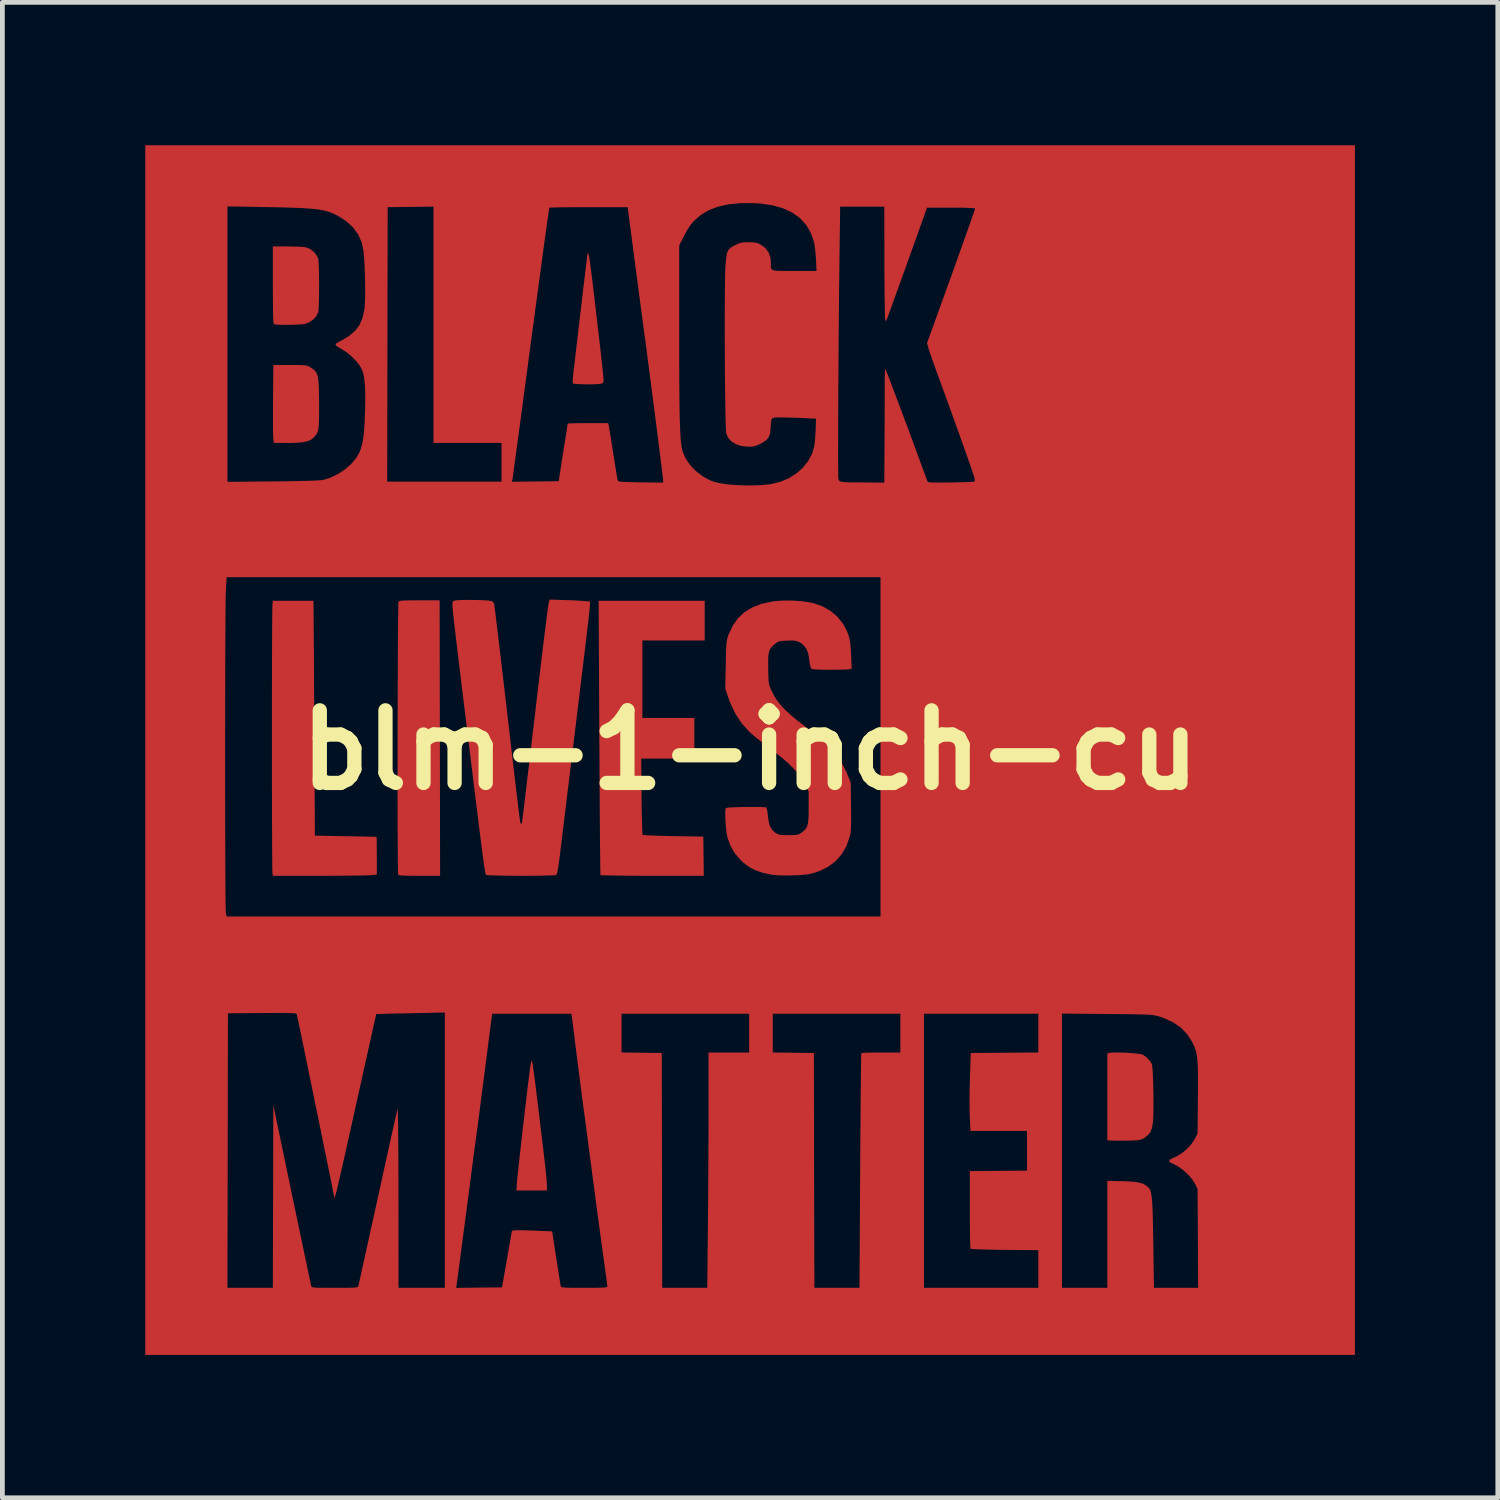
<source format=kicad_pcb>
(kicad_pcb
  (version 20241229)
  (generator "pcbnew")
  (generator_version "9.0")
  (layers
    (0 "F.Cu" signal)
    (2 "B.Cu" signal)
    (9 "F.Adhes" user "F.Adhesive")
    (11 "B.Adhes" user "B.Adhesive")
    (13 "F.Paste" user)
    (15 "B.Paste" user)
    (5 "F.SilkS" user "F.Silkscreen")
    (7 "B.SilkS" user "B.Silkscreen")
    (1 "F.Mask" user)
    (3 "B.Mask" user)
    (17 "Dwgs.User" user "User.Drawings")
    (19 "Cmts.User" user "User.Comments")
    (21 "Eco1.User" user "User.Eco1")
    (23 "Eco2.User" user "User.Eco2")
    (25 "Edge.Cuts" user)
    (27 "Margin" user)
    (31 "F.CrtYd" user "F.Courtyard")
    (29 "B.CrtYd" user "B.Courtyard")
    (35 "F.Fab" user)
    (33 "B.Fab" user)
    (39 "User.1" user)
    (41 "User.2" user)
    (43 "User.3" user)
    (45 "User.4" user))
  (footprint "blm-1-inch-cu"
    (layer "F.Cu")
    (at 12.7 12.7)
    (property "Reference" "blm-1-inch-cu" (at 0 0 0) (layer "F.SilkS") (effects (font (size 1.524 1.524) (thickness 0.3))))
    (attr through_hole)
    (fp_poly (pts (xy -4.575 6.544) (xy -4.566 6.6) (xy -4.553 6.69) (xy -4.535 6.815) (xy -4.514 6.976) (xy -4.489 7.174) (xy -4.46 7.408) (xy -4.427 7.68) (xy -4.39 7.99) (xy -4.348 8.338) (xy -4.307 8.688) (xy -4.293 8.81) (xy -4.282 8.926) (xy -4.273 9.027) (xy -4.268 9.105) (xy -4.266 9.14) (xy -4.266 9.247) (xy -4.907 9.247) (xy -4.896 9.074) (xy -4.892 9.025) (xy -4.883 8.942) (xy -4.871 8.829) (xy -4.856 8.689) (xy -4.838 8.528) (xy -4.818 8.35) (xy -4.796 8.159) (xy -4.774 7.961) (xy -4.75 7.759) (xy -4.727 7.558) (xy -4.704 7.362) (xy -4.682 7.176) (xy -4.661 7.004) (xy -4.642 6.852) (xy -4.626 6.722) (xy -4.622 6.691) (xy -4.61 6.613) (xy -4.598 6.555) (xy -4.586 6.525) (xy -4.581 6.523)) (stroke (width 0) (type solid)) (fill yes) (layer "F.Cu"))
    (fp_poly (pts (xy 7.78 6.35) (xy 7.887 6.354) (xy 7.995 6.361) (xy 8.094 6.37) (xy 8.177 6.38) (xy 8.233 6.391) (xy 8.248 6.396) (xy 8.319 6.447) (xy 8.387 6.518) (xy 8.433 6.586) (xy 8.441 6.621) (xy 8.449 6.689) (xy 8.455 6.785) (xy 8.461 6.902) (xy 8.465 7.034) (xy 8.468 7.174) (xy 8.47 7.316) (xy 8.47 7.454) (xy 8.469 7.582) (xy 8.466 7.694) (xy 8.461 7.783) (xy 8.457 7.827) (xy 8.438 7.932) (xy 8.41 8.01) (xy 8.367 8.071) (xy 8.301 8.126) (xy 8.283 8.139) (xy 8.245 8.163) (xy 8.206 8.179) (xy 8.158 8.189) (xy 8.091 8.195) (xy 7.994 8.199) (xy 7.987 8.199) (xy 7.88 8.201) (xy 7.772 8.202) (xy 7.677 8.201) (xy 7.635 8.2) (xy 7.501 8.194) (xy 7.501 6.371) (xy 7.554 6.357) (xy 7.604 6.351) (xy 7.682 6.349)) (stroke (width 0) (type solid)) (fill yes) (layer "F.Cu"))
    (fp_poly (pts (xy -9.538 -8.086) (xy -9.444 -8.085) (xy -9.377 -8.082) (xy -9.329 -8.076) (xy -9.293 -8.067) (xy -9.263 -8.054) (xy -9.238 -8.04) (xy -9.187 -8.008) (xy -9.147 -7.975) (xy -9.115 -7.937) (xy -9.091 -7.889) (xy -9.074 -7.825) (xy -9.063 -7.743) (xy -9.056 -7.636) (xy -9.052 -7.501) (xy -9.05 -7.332) (xy -9.05 -7.267) (xy -9.05 -7.099) (xy -9.051 -6.966) (xy -9.054 -6.863) (xy -9.06 -6.783) (xy -9.069 -6.723) (xy -9.083 -6.676) (xy -9.102 -6.638) (xy -9.128 -6.604) (xy -9.16 -6.567) (xy -9.164 -6.563) (xy -9.213 -6.522) (xy -9.277 -6.491) (xy -9.36 -6.47) (xy -9.468 -6.456) (xy -9.608 -6.45) (xy -9.706 -6.449) (xy -9.999 -6.449) (xy -10.011 -6.534) (xy -10.013 -6.572) (xy -10.016 -6.646) (xy -10.017 -6.749) (xy -10.018 -6.877) (xy -10.018 -7.024) (xy -10.018 -7.185) (xy -10.017 -7.352) (xy -10.011 -8.086) (xy -9.664 -8.086)) (stroke (width 0) (type solid)) (fill yes) (layer "F.Cu"))
    (fp_poly (pts (xy -9.718 -10.576) (xy -9.605 -10.574) (xy -9.499 -10.571) (xy -9.409 -10.566) (xy -9.345 -10.561) (xy -9.33 -10.558) (xy -9.246 -10.526) (xy -9.166 -10.466) (xy -9.102 -10.391) (xy -9.068 -10.319) (xy -9.062 -10.277) (xy -9.058 -10.202) (xy -9.054 -10.102) (xy -9.051 -9.982) (xy -9.05 -9.851) (xy -9.05 -9.715) (xy -9.051 -9.581) (xy -9.053 -9.456) (xy -9.056 -9.348) (xy -9.061 -9.262) (xy -9.066 -9.206) (xy -9.068 -9.198) (xy -9.104 -9.118) (xy -9.169 -9.044) (xy -9.253 -8.985) (xy -9.335 -8.952) (xy -9.388 -8.944) (xy -9.469 -8.937) (xy -9.571 -8.932) (xy -9.681 -8.93) (xy -9.71 -8.93) (xy -9.822 -8.93) (xy -9.9 -8.931) (xy -9.952 -8.935) (xy -9.982 -8.941) (xy -9.998 -8.951) (xy -10.006 -8.966) (xy -10.009 -8.974) (xy -10.011 -9.004) (xy -10.014 -9.068) (xy -10.016 -9.163) (xy -10.018 -9.284) (xy -10.019 -9.426) (xy -10.02 -9.585) (xy -10.021 -9.757) (xy -10.021 -9.798) (xy -10.021 -10.577)) (stroke (width 0) (type solid)) (fill yes) (layer "F.Cu"))
    (fp_poly (pts (xy -6.514 -0.253) (xy -6.509 2.639) (xy -6.943 2.639) (xy -7.087 2.639) (xy -7.196 2.638) (xy -7.276 2.635) (xy -7.33 2.632) (xy -7.364 2.626) (xy -7.382 2.618) (xy -7.39 2.608) (xy -7.392 2.583) (xy -7.394 2.521) (xy -7.395 2.426) (xy -7.397 2.298) (xy -7.398 2.143) (xy -7.399 1.961) (xy -7.4 1.756) (xy -7.401 1.531) (xy -7.401 1.288) (xy -7.402 1.029) (xy -7.402 0.759) (xy -7.402 0.479) (xy -7.402 0.192) (xy -7.402 -0.1) (xy -7.401 -0.392) (xy -7.401 -0.683) (xy -7.4 -0.971) (xy -7.399 -1.251) (xy -7.398 -1.522) (xy -7.397 -1.781) (xy -7.396 -2.025) (xy -7.395 -2.252) (xy -7.393 -2.458) (xy -7.392 -2.641) (xy -7.39 -2.798) (xy -7.388 -2.927) (xy -7.387 -3.024) (xy -7.385 -3.088) (xy -7.383 -3.115) (xy -7.382 -3.115) (xy -7.37 -3.126) (xy -7.346 -3.133) (xy -7.303 -3.139) (xy -7.239 -3.142) (xy -7.147 -3.144) (xy -7.022 -3.145) (xy -6.941 -3.145) (xy -6.519 -3.145)) (stroke (width 0) (type solid)) (fill yes) (layer "F.Cu"))
    (fp_poly (pts (xy -0.953 -2.302) (xy -2.262 -2.302) (xy -2.262 -0.675) (xy -1.171 -0.675) (xy -1.171 0.179) (xy -2.286 0.179) (xy -2.279 0.971) (xy -2.277 1.144) (xy -2.275 1.306) (xy -2.272 1.451) (xy -2.268 1.574) (xy -2.264 1.673) (xy -2.261 1.741) (xy -2.257 1.776) (xy -2.256 1.779) (xy -2.232 1.784) (xy -2.174 1.788) (xy -2.086 1.793) (xy -1.974 1.797) (xy -1.84 1.801) (xy -1.692 1.804) (xy -1.611 1.806) (xy -0.982 1.816) (xy -0.977 2.227) (xy -0.972 2.639) (xy -2.052 2.639) (xy -2.256 2.639) (xy -2.447 2.638) (xy -2.622 2.637) (xy -2.778 2.635) (xy -2.911 2.633) (xy -3.017 2.631) (xy -3.093 2.629) (xy -3.135 2.626) (xy -3.142 2.624) (xy -3.143 2.603) (xy -3.144 2.544) (xy -3.146 2.45) (xy -3.147 2.324) (xy -3.149 2.166) (xy -3.151 1.979) (xy -3.153 1.767) (xy -3.155 1.53) (xy -3.157 1.271) (xy -3.158 0.993) (xy -3.16 0.697) (xy -3.162 0.386) (xy -3.164 0.062) (xy -3.166 -0.263) (xy -3.18 -3.135) (xy -0.953 -3.135)) (stroke (width 0) (type solid)) (fill yes) (layer "F.Cu"))
    (fp_poly (pts (xy -3.395 -10.426) (xy -3.388 -10.401) (xy -3.38 -10.359) (xy -3.37 -10.297) (xy -3.358 -10.213) (xy -3.344 -10.106) (xy -3.327 -9.973) (xy -3.307 -9.812) (xy -3.284 -9.621) (xy -3.258 -9.399) (xy -3.228 -9.142) (xy -3.194 -8.848) (xy -3.175 -8.686) (xy -3.154 -8.504) (xy -3.134 -8.333) (xy -3.117 -8.176) (xy -3.102 -8.038) (xy -3.09 -7.924) (xy -3.081 -7.838) (xy -3.077 -7.785) (xy -3.076 -7.77) (xy -3.081 -7.724) (xy -3.103 -7.701) (xy -3.138 -7.692) (xy -3.189 -7.686) (xy -3.264 -7.682) (xy -3.354 -7.68) (xy -3.449 -7.68) (xy -3.542 -7.682) (xy -3.624 -7.685) (xy -3.685 -7.691) (xy -3.718 -7.697) (xy -3.721 -7.7) (xy -3.724 -7.727) (xy -3.723 -7.784) (xy -3.717 -7.86) (xy -3.712 -7.903) (xy -3.691 -8.085) (xy -3.668 -8.28) (xy -3.644 -8.486) (xy -3.619 -8.699) (xy -3.594 -8.914) (xy -3.569 -9.127) (xy -3.544 -9.336) (xy -3.521 -9.536) (xy -3.499 -9.723) (xy -3.478 -9.894) (xy -3.46 -10.044) (xy -3.445 -10.17) (xy -3.433 -10.268) (xy -3.425 -10.334) (xy -3.421 -10.365) (xy -3.416 -10.395) (xy -3.411 -10.418) (xy -3.406 -10.433) (xy -3.401 -10.436)) (stroke (width 0) (type solid)) (fill yes) (layer "F.Cu"))
    (fp_poly (pts (xy -9.165 -2.872) (xy -9.164 -2.817) (xy -9.164 -2.725) (xy -9.163 -2.599) (xy -9.162 -2.443) (xy -9.161 -2.258) (xy -9.159 -2.048) (xy -9.158 -1.817) (xy -9.157 -1.566) (xy -9.155 -1.299) (xy -9.153 -1.019) (xy -9.152 -0.728) (xy -9.15 -0.43) (xy -9.15 -0.407) (xy -9.138 1.796) (xy -8.493 1.808) (xy -8.337 1.81) (xy -8.195 1.813) (xy -8.07 1.816) (xy -7.968 1.818) (xy -7.894 1.82) (xy -7.851 1.822) (xy -7.843 1.822) (xy -7.842 1.842) (xy -7.84 1.896) (xy -7.839 1.977) (xy -7.839 2.08) (xy -7.838 2.198) (xy -7.838 2.22) (xy -7.838 2.614) (xy -7.96 2.626) (xy -8.005 2.629) (xy -8.084 2.631) (xy -8.194 2.634) (xy -8.331 2.635) (xy -8.489 2.637) (xy -8.665 2.638) (xy -8.853 2.639) (xy -9.049 2.639) (xy -10.016 2.639) (xy -10.028 2.595) (xy -10.03 2.569) (xy -10.032 2.506) (xy -10.033 2.41) (xy -10.034 2.282) (xy -10.035 2.125) (xy -10.036 1.942) (xy -10.037 1.736) (xy -10.038 1.51) (xy -10.039 1.266) (xy -10.039 1.007) (xy -10.04 0.737) (xy -10.04 0.456) (xy -10.04 0.169) (xy -10.04 -0.122) (xy -10.04 -0.413) (xy -10.04 -0.704) (xy -10.04 -0.99) (xy -10.04 -1.268) (xy -10.039 -1.537) (xy -10.039 -1.793) (xy -10.038 -2.034) (xy -10.037 -2.257) (xy -10.036 -2.458) (xy -10.035 -2.636) (xy -10.034 -2.788) (xy -10.033 -2.91) (xy -10.031 -3) (xy -10.03 -3.056) (xy -10.029 -3.073) (xy -10.016 -3.135) (xy -9.168 -3.135)) (stroke (width 0) (type solid)) (fill yes) (layer "F.Cu"))
    (fp_poly (pts (xy -3.795 -3.147) (xy -3.67 -3.142) (xy -3.56 -3.136) (xy -3.469 -3.13) (xy -3.404 -3.124) (xy -3.371 -3.119) (xy -3.368 -3.118) (xy -3.365 -3.114) (xy -3.363 -3.109) (xy -3.361 -3.1) (xy -3.361 -3.084) (xy -3.362 -3.061) (xy -3.364 -3.028) (xy -3.368 -2.983) (xy -3.374 -2.924) (xy -3.382 -2.848) (xy -3.392 -2.755) (xy -3.405 -2.642) (xy -3.421 -2.507) (xy -3.44 -2.348) (xy -3.462 -2.163) (xy -3.488 -1.95) (xy -3.517 -1.707) (xy -3.551 -1.432) (xy -3.588 -1.123) (xy -3.63 -0.778) (xy -3.663 -0.506) (xy -3.7 -0.204) (xy -3.736 0.094) (xy -3.772 0.385) (xy -3.806 0.665) (xy -3.839 0.932) (xy -3.869 1.183) (xy -3.897 1.413) (xy -3.922 1.62) (xy -3.944 1.8) (xy -3.963 1.951) (xy -3.977 2.068) (xy -3.987 2.15) (xy -3.987 2.15) (xy -4.008 2.314) (xy -4.026 2.44) (xy -4.041 2.532) (xy -4.055 2.591) (xy -4.067 2.619) (xy -4.07 2.621) (xy -4.097 2.626) (xy -4.157 2.63) (xy -4.246 2.633) (xy -4.358 2.636) (xy -4.486 2.638) (xy -4.627 2.639) (xy -4.775 2.639) (xy -4.923 2.639) (xy -5.068 2.638) (xy -5.203 2.636) (xy -5.323 2.633) (xy -5.422 2.63) (xy -5.496 2.626) (xy -5.538 2.622) (xy -5.547 2.619) (xy -5.551 2.608) (xy -5.557 2.588) (xy -5.563 2.556) (xy -5.571 2.511) (xy -5.58 2.451) (xy -5.592 2.373) (xy -5.605 2.275) (xy -5.621 2.156) (xy -5.639 2.014) (xy -5.661 1.846) (xy -5.686 1.65) (xy -5.714 1.424) (xy -5.746 1.166) (xy -5.782 0.875) (xy -5.822 0.548) (xy -5.854 0.288) (xy -5.906 -0.138) (xy -5.954 -0.525) (xy -5.997 -0.877) (xy -6.036 -1.195) (xy -6.071 -1.48) (xy -6.102 -1.735) (xy -6.129 -1.961) (xy -6.153 -2.159) (xy -6.174 -2.333) (xy -6.192 -2.482) (xy -6.207 -2.61) (xy -6.219 -2.718) (xy -6.229 -2.807) (xy -6.237 -2.879) (xy -6.243 -2.937) (xy -6.247 -2.982) (xy -6.249 -3.015) (xy -6.251 -3.038) (xy -6.251 -3.048) (xy -6.248 -3.101) (xy -6.234 -3.128) (xy -6.2 -3.14) (xy -6.189 -3.143) (xy -6.14 -3.148) (xy -6.062 -3.151) (xy -5.962 -3.153) (xy -5.851 -3.153) (xy -5.739 -3.151) (xy -5.633 -3.148) (xy -5.545 -3.144) (xy -5.487 -3.139) (xy -5.428 -3.129) (xy -5.397 -3.113) (xy -5.381 -3.084) (xy -5.373 -3.056) (xy -5.369 -3.026) (xy -5.36 -2.959) (xy -5.347 -2.86) (xy -5.331 -2.73) (xy -5.312 -2.573) (xy -5.29 -2.392) (xy -5.266 -2.19) (xy -5.24 -1.97) (xy -5.212 -1.735) (xy -5.183 -1.489) (xy -5.169 -1.369) (xy -5.123 -0.975) (xy -5.082 -0.618) (xy -5.044 -0.297) (xy -5.011 -0.009) (xy -4.981 0.246) (xy -4.954 0.472) (xy -4.931 0.669) (xy -4.911 0.841) (xy -4.893 0.988) (xy -4.878 1.112) (xy -4.866 1.216) (xy -4.855 1.301) (xy -4.846 1.37) (xy -4.839 1.424) (xy -4.834 1.465) (xy -4.829 1.494) (xy -4.825 1.515) (xy -4.822 1.528) (xy -4.819 1.535) (xy -4.817 1.54) (xy -4.815 1.542) (xy -4.813 1.543) (xy -4.795 1.547) (xy -4.794 1.546) (xy -4.791 1.526) (xy -4.783 1.468) (xy -4.771 1.377) (xy -4.756 1.253) (xy -4.737 1.099) (xy -4.715 0.919) (xy -4.691 0.713) (xy -4.664 0.486) (xy -4.634 0.238) (xy -4.603 -0.026) (xy -4.57 -0.306) (xy -4.535 -0.597) (xy -4.516 -0.757) (xy -4.481 -1.056) (xy -4.447 -1.344) (xy -4.414 -1.619) (xy -4.383 -1.879) (xy -4.354 -2.12) (xy -4.327 -2.342) (xy -4.302 -2.54) (xy -4.28 -2.713) (xy -4.262 -2.858) (xy -4.247 -2.972) (xy -4.235 -3.053) (xy -4.228 -3.098) (xy -4.226 -3.107) (xy -4.206 -3.161)) (stroke (width 0) (type solid)) (fill yes) (layer "F.Cu"))
    (fp_poly (pts (xy 0.923 -3.138) (xy 1.094 -3.125) (xy 1.248 -3.103) (xy 1.331 -3.085) (xy 1.522 -3.018) (xy 1.693 -2.92) (xy 1.838 -2.795) (xy 1.954 -2.647) (xy 1.99 -2.584) (xy 2.033 -2.497) (xy 2.065 -2.417) (xy 2.087 -2.336) (xy 2.103 -2.243) (xy 2.113 -2.129) (xy 2.121 -1.991) (xy 2.133 -1.709) (xy 2.076 -1.698) (xy 2.038 -1.694) (xy 1.968 -1.691) (xy 1.874 -1.689) (xy 1.763 -1.687) (xy 1.666 -1.687) (xy 1.532 -1.687) (xy 1.433 -1.69) (xy 1.363 -1.694) (xy 1.318 -1.7) (xy 1.292 -1.709) (xy 1.284 -1.715) (xy 1.268 -1.75) (xy 1.253 -1.813) (xy 1.244 -1.887) (xy 1.221 -2.027) (xy 1.178 -2.135) (xy 1.112 -2.216) (xy 1.051 -2.257) (xy 1.003 -2.28) (xy 0.958 -2.294) (xy 0.902 -2.3) (xy 0.824 -2.3) (xy 0.781 -2.298) (xy 0.692 -2.294) (xy 0.633 -2.288) (xy 0.59 -2.275) (xy 0.554 -2.255) (xy 0.525 -2.232) (xy 0.473 -2.187) (xy 0.435 -2.144) (xy 0.408 -2.096) (xy 0.391 -2.035) (xy 0.382 -1.956) (xy 0.38 -1.851) (xy 0.381 -1.714) (xy 0.381 -1.707) (xy 0.383 -1.585) (xy 0.387 -1.495) (xy 0.391 -1.429) (xy 0.399 -1.378) (xy 0.412 -1.334) (xy 0.429 -1.291) (xy 0.451 -1.245) (xy 0.506 -1.138) (xy 0.569 -1.039) (xy 0.645 -0.942) (xy 0.737 -0.844) (xy 0.849 -0.74) (xy 0.986 -0.626) (xy 1.151 -0.498) (xy 1.22 -0.447) (xy 1.42 -0.292) (xy 1.586 -0.146) (xy 1.725 -0.004) (xy 1.84 0.14) (xy 1.936 0.29) (xy 2.018 0.452) (xy 2.049 0.526) (xy 2.113 0.685) (xy 2.119 1.186) (xy 2.121 1.353) (xy 2.121 1.485) (xy 2.119 1.589) (xy 2.115 1.67) (xy 2.109 1.734) (xy 2.1 1.786) (xy 2.094 1.811) (xy 2.026 2.009) (xy 1.928 2.181) (xy 1.8 2.327) (xy 1.642 2.447) (xy 1.454 2.54) (xy 1.3 2.591) (xy 1.215 2.607) (xy 1.101 2.62) (xy 0.969 2.628) (xy 0.827 2.632) (xy 0.688 2.632) (xy 0.561 2.627) (xy 0.456 2.616) (xy 0.424 2.611) (xy 0.259 2.574) (xy 0.123 2.528) (xy 0.005 2.469) (xy -0.105 2.392) (xy -0.188 2.319) (xy -0.316 2.174) (xy -0.413 2.008) (xy -0.477 1.828) (xy -0.496 1.726) (xy -0.507 1.627) (xy -0.515 1.523) (xy -0.52 1.423) (xy -0.521 1.334) (xy -0.519 1.265) (xy -0.513 1.224) (xy -0.509 1.217) (xy -0.484 1.211) (xy -0.426 1.205) (xy -0.344 1.201) (xy -0.244 1.197) (xy -0.133 1.194) (xy -0.019 1.193) (xy 0.091 1.193) (xy 0.189 1.194) (xy 0.268 1.197) (xy 0.321 1.201) (xy 0.341 1.206) (xy 0.351 1.234) (xy 0.363 1.29) (xy 0.373 1.365) (xy 0.375 1.392) (xy 0.392 1.513) (xy 0.419 1.604) (xy 0.459 1.672) (xy 0.517 1.726) (xy 0.531 1.736) (xy 0.568 1.759) (xy 0.606 1.774) (xy 0.654 1.782) (xy 0.722 1.785) (xy 0.805 1.786) (xy 0.898 1.785) (xy 0.961 1.782) (xy 1.006 1.773) (xy 1.042 1.758) (xy 1.079 1.733) (xy 1.085 1.729) (xy 1.134 1.69) (xy 1.171 1.649) (xy 1.197 1.601) (xy 1.214 1.538) (xy 1.224 1.456) (xy 1.229 1.346) (xy 1.23 1.203) (xy 1.23 0.872) (xy 1.162 0.739) (xy 1.096 0.621) (xy 1.018 0.509) (xy 0.925 0.399) (xy 0.812 0.286) (xy 0.674 0.165) (xy 0.508 0.033) (xy 0.417 -0.036) (xy 0.311 -0.116) (xy 0.208 -0.197) (xy 0.114 -0.272) (xy 0.038 -0.336) (xy -0.007 -0.376) (xy -0.173 -0.558) (xy -0.311 -0.767) (xy -0.422 -1.003) (xy -0.467 -1.131) (xy -0.521 -1.296) (xy -0.511 -1.794) (xy -0.508 -1.949) (xy -0.505 -2.071) (xy -0.501 -2.164) (xy -0.496 -2.236) (xy -0.489 -2.291) (xy -0.48 -2.337) (xy -0.469 -2.378) (xy -0.454 -2.421) (xy -0.452 -2.424) (xy -0.365 -2.611) (xy -0.254 -2.768) (xy -0.117 -2.896) (xy 0.048 -2.997) (xy 0.24 -3.071) (xy 0.461 -3.119) (xy 0.587 -3.134) (xy 0.749 -3.141)) (stroke (width 0) (type solid)) (fill yes) (layer "F.Cu"))
    (fp_poly (pts (xy 12.7 12.7) (xy -12.7 12.7) (xy -12.7 11.292) (xy -6.173 11.292) (xy -5.691 11.286) (xy -5.209 11.281) (xy -5.106 10.696) (xy -5.08 10.548) (xy -5.056 10.413) (xy -5.036 10.296) (xy -5.019 10.201) (xy -5.008 10.134) (xy -5.002 10.099) (xy -5.002 10.096) (xy -4.981 10.087) (xy -4.922 10.083) (xy -4.826 10.081) (xy -4.692 10.084) (xy -4.522 10.09) (xy -4.435 10.094) (xy -4.156 10.106) (xy -4.071 10.664) (xy -4.048 10.809) (xy -4.027 10.943) (xy -4.009 11.06) (xy -3.993 11.154) (xy -3.982 11.221) (xy -3.976 11.255) (xy -3.976 11.256) (xy -3.97 11.267) (xy -3.956 11.276) (xy -3.93 11.282) (xy -3.887 11.286) (xy -3.822 11.289) (xy -3.731 11.29) (xy -3.608 11.291) (xy -3.481 11.291) (xy -3.323 11.291) (xy -3.201 11.289) (xy -3.111 11.287) (xy -3.05 11.283) (xy -3.013 11.277) (xy -2.998 11.269) (xy -2.996 11.266) (xy -2.999 11.24) (xy -3.007 11.181) (xy -3.018 11.093) (xy -3.033 10.983) (xy -3.051 10.856) (xy -3.066 10.745) (xy -3.083 10.621) (xy -3.105 10.464) (xy -3.13 10.281) (xy -3.157 10.079) (xy -3.186 9.864) (xy -3.216 9.644) (xy -3.245 9.424) (xy -3.265 9.267) (xy -3.297 9.031) (xy -3.331 8.772) (xy -3.367 8.5) (xy -3.403 8.224) (xy -3.439 7.954) (xy -3.472 7.7) (xy -3.503 7.472) (xy -3.512 7.402) (xy -3.539 7.199) (xy -3.566 6.992) (xy -3.592 6.787) (xy -3.617 6.591) (xy -3.64 6.412) (xy -3.66 6.255) (xy -3.676 6.128) (xy -3.68 6.092) (xy -3.696 5.962) (xy -3.711 5.842) (xy -3.724 5.739) (xy -3.734 5.659) (xy -3.741 5.609) (xy -3.742 5.601) (xy -3.752 5.536) (xy -2.699 5.536) (xy -2.699 6.349) (xy -2.277 6.355) (xy -1.855 6.36) (xy -1.85 8.826) (xy -1.845 11.291) (xy -0.899 11.291) (xy -0.886 9.996) (xy -0.884 9.726) (xy -0.881 9.43) (xy -0.879 9.118) (xy -0.877 8.798) (xy -0.876 8.48) (xy -0.874 8.171) (xy -0.874 7.88) (xy -0.873 7.618) (xy -0.873 7.526) (xy -0.873 6.35) (xy -0.02 6.35) (xy -0.02 5.536) (xy 0.476 5.536) (xy 0.476 6.349) (xy 0.908 6.355) (xy 1.339 6.36) (xy 1.344 8.826) (xy 1.35 11.291) (xy 2.297 11.291) (xy 2.311 8.835) (xy 2.313 8.526) (xy 2.315 8.228) (xy 2.317 7.944) (xy 2.319 7.675) (xy 2.321 7.425) (xy 2.323 7.195) (xy 2.325 6.988) (xy 2.327 6.806) (xy 2.329 6.653) (xy 2.331 6.529) (xy 2.332 6.439) (xy 2.334 6.383) (xy 2.335 6.365) (xy 2.357 6.36) (xy 2.412 6.356) (xy 2.495 6.353) (xy 2.599 6.351) (xy 2.719 6.35) (xy 2.75 6.35) (xy 3.155 6.35) (xy 3.155 5.536) (xy 3.651 5.536) (xy 3.651 11.291) (xy 6.052 11.291) (xy 6.548 11.291) (xy 7.501 11.291) (xy 7.501 9.045) (xy 7.823 9.052) (xy 7.975 9.058) (xy 8.093 9.068) (xy 8.184 9.084) (xy 8.255 9.107) (xy 8.312 9.14) (xy 8.361 9.183) (xy 8.37 9.192) (xy 8.388 9.215) (xy 8.403 9.244) (xy 8.416 9.283) (xy 8.426 9.335) (xy 8.435 9.403) (xy 8.443 9.491) (xy 8.449 9.601) (xy 8.454 9.737) (xy 8.458 9.902) (xy 8.462 10.1) (xy 8.466 10.333) (xy 8.467 10.393) (xy 8.48 11.291) (xy 9.408 11.291) (xy 9.396 9.217) (xy 9.341 9.105) (xy 9.278 9.006) (xy 9.19 8.906) (xy 9.086 8.812) (xy 8.977 8.735) (xy 8.874 8.683) (xy 8.86 8.678) (xy 8.819 8.657) (xy 8.801 8.633) (xy 8.801 8.633) (xy 8.804 8.615) (xy 8.82 8.599) (xy 8.854 8.578) (xy 8.915 8.549) (xy 8.957 8.53) (xy 9.059 8.47) (xy 9.163 8.384) (xy 9.257 8.285) (xy 9.328 8.184) (xy 9.341 8.159) (xy 9.396 8.047) (xy 9.402 7.305) (xy 9.404 7.086) (xy 9.404 6.902) (xy 9.403 6.749) (xy 9.399 6.623) (xy 9.393 6.519) (xy 9.383 6.433) (xy 9.37 6.36) (xy 9.354 6.296) (xy 9.333 6.236) (xy 9.307 6.177) (xy 9.284 6.132) (xy 9.181 5.968) (xy 9.046 5.829) (xy 8.88 5.714) (xy 8.683 5.624) (xy 8.592 5.594) (xy 8.556 5.584) (xy 8.521 5.575) (xy 8.483 5.568) (xy 8.438 5.562) (xy 8.382 5.557) (xy 8.311 5.554) (xy 8.222 5.551) (xy 8.11 5.548) (xy 7.972 5.546) (xy 7.804 5.544) (xy 7.601 5.542) (xy 7.496 5.541) (xy 6.548 5.533) (xy 6.548 11.291) (xy 6.052 11.291) (xy 6.052 10.5) (xy 5.35 10.494) (xy 5.186 10.492) (xy 5.035 10.489) (xy 4.901 10.486) (xy 4.789 10.482) (xy 4.704 10.479) (xy 4.649 10.474) (xy 4.63 10.471) (xy 4.627 10.448) (xy 4.623 10.39) (xy 4.62 10.301) (xy 4.618 10.184) (xy 4.616 10.046) (xy 4.614 9.889) (xy 4.614 9.717) (xy 4.614 9.647) (xy 4.614 8.84) (xy 5.214 8.835) (xy 5.814 8.83) (xy 5.814 7.997) (xy 4.628 7.997) (xy 4.613 7.711) (xy 4.61 7.609) (xy 4.608 7.477) (xy 4.608 7.324) (xy 4.61 7.161) (xy 4.613 6.996) (xy 4.616 6.892) (xy 4.634 6.36) (xy 5.343 6.355) (xy 6.052 6.349) (xy 6.052 5.536) (xy 3.651 5.536) (xy 3.155 5.536) (xy 0.476 5.536) (xy -0.02 5.536) (xy -2.699 5.536) (xy -3.752 5.536) (xy -5.415 5.536) (xy -5.427 5.621) (xy -5.431 5.656) (xy -5.441 5.727) (xy -5.454 5.829) (xy -5.471 5.959) (xy -5.491 6.112) (xy -5.513 6.285) (xy -5.537 6.474) (xy -5.563 6.674) (xy -5.576 6.777) (xy -5.61 7.039) (xy -5.64 7.266) (xy -5.665 7.46) (xy -5.686 7.625) (xy -5.704 7.764) (xy -5.719 7.88) (xy -5.732 7.976) (xy -5.743 8.057) (xy -5.752 8.125) (xy -5.76 8.183) (xy -5.767 8.236) (xy -5.774 8.285) (xy -5.776 8.295) (xy -5.782 8.343) (xy -5.794 8.426) (xy -5.808 8.538) (xy -5.826 8.674) (xy -5.846 8.827) (xy -5.868 8.995) (xy -5.891 9.17) (xy -5.893 9.188) (xy -5.916 9.364) (xy -5.938 9.534) (xy -5.959 9.692) (xy -5.977 9.833) (xy -5.993 9.951) (xy -6.005 10.041) (xy -6.012 10.098) (xy -6.013 10.1) (xy -6.021 10.164) (xy -6.034 10.259) (xy -6.049 10.378) (xy -6.067 10.511) (xy -6.085 10.651) (xy -6.092 10.706) (xy -6.11 10.84) (xy -6.126 10.964) (xy -6.141 11.072) (xy -6.152 11.157) (xy -6.16 11.212) (xy -6.162 11.227) (xy -6.173 11.292) (xy -12.7 11.292) (xy -12.7 11.291) (xy -10.974 11.291) (xy -10.021 11.291) (xy -10.016 9.374) (xy -10.011 7.456) (xy -9.618 9.339) (xy -9.562 9.607) (xy -9.508 9.864) (xy -9.457 10.107) (xy -9.409 10.335) (xy -9.365 10.544) (xy -9.326 10.731) (xy -9.292 10.894) (xy -9.263 11.031) (xy -9.24 11.137) (xy -9.224 11.212) (xy -9.216 11.251) (xy -9.215 11.256) (xy -9.209 11.267) (xy -9.195 11.276) (xy -9.169 11.282) (xy -9.126 11.286) (xy -9.061 11.289) (xy -8.969 11.29) (xy -8.846 11.291) (xy -8.721 11.291) (xy -8.57 11.291) (xy -8.453 11.29) (xy -8.367 11.288) (xy -8.307 11.285) (xy -8.267 11.281) (xy -8.244 11.274) (xy -8.232 11.265) (xy -8.227 11.256) (xy -8.222 11.232) (xy -8.208 11.172) (xy -8.187 11.079) (xy -8.16 10.955) (xy -8.126 10.804) (xy -8.087 10.627) (xy -8.043 10.428) (xy -7.995 10.21) (xy -7.943 9.974) (xy -7.888 9.725) (xy -7.831 9.465) (xy -7.818 9.406) (xy -7.76 9.143) (xy -7.705 8.89) (xy -7.652 8.65) (xy -7.602 8.425) (xy -7.557 8.22) (xy -7.516 8.036) (xy -7.48 7.876) (xy -7.451 7.742) (xy -7.427 7.639) (xy -7.411 7.569) (xy -7.403 7.533) (xy -7.402 7.531) (xy -7.4 7.541) (xy -7.397 7.589) (xy -7.395 7.672) (xy -7.393 7.787) (xy -7.391 7.934) (xy -7.389 8.108) (xy -7.387 8.309) (xy -7.386 8.533) (xy -7.385 8.778) (xy -7.384 9.043) (xy -7.384 9.324) (xy -7.384 9.381) (xy -7.382 11.291) (xy -6.41 11.291) (xy -6.41 5.51) (xy -7.128 5.525) (xy -7.293 5.528) (xy -7.444 5.531) (xy -7.578 5.534) (xy -7.69 5.537) (xy -7.776 5.54) (xy -7.83 5.541) (xy -7.85 5.543) (xy -7.854 5.562) (xy -7.867 5.618) (xy -7.887 5.707) (xy -7.914 5.827) (xy -7.947 5.975) (xy -7.985 6.149) (xy -8.029 6.345) (xy -8.077 6.562) (xy -8.13 6.797) (xy -8.185 7.047) (xy -8.243 7.309) (xy -8.273 7.441) (xy -8.346 7.772) (xy -8.411 8.065) (xy -8.469 8.323) (xy -8.519 8.548) (xy -8.563 8.742) (xy -8.601 8.907) (xy -8.632 9.045) (xy -8.659 9.157) (xy -8.68 9.245) (xy -8.697 9.312) (xy -8.71 9.359) (xy -8.719 9.389) (xy -8.725 9.402) (xy -8.729 9.401) (xy -8.73 9.394) (xy -8.734 9.371) (xy -8.746 9.313) (xy -8.764 9.223) (xy -8.788 9.103) (xy -8.817 8.957) (xy -8.852 8.788) (xy -8.89 8.6) (xy -8.932 8.396) (xy -8.976 8.179) (xy -9.022 7.952) (xy -9.07 7.718) (xy -9.119 7.481) (xy -9.167 7.244) (xy -9.215 7.01) (xy -9.262 6.782) (xy -9.307 6.564) (xy -9.349 6.358) (xy -9.388 6.169) (xy -9.423 5.999) (xy -9.454 5.852) (xy -9.479 5.73) (xy -9.499 5.637) (xy -9.512 5.576) (xy -9.517 5.551) (xy -9.517 5.551) (xy -9.522 5.542) (xy -9.533 5.535) (xy -9.554 5.529) (xy -9.59 5.525) (xy -9.643 5.522) (xy -9.717 5.52) (xy -9.817 5.519) (xy -9.946 5.519) (xy -10.109 5.52) (xy -10.246 5.521) (xy -10.964 5.526) (xy -10.969 8.409) (xy -10.974 11.291) (xy -12.7 11.291) (xy -12.7 0.258) (xy -11.023 0.258) (xy -11.023 0.577) (xy -11.023 0.891) (xy -11.022 1.199) (xy -11.022 1.497) (xy -11.021 1.782) (xy -11.02 2.054) (xy -11.019 2.308) (xy -11.018 2.542) (xy -11.017 2.754) (xy -11.016 2.941) (xy -11.014 3.102) (xy -11.013 3.232) (xy -11.011 3.33) (xy -11.009 3.393) (xy -11.007 3.418) (xy -10.992 3.493) (xy 2.738 3.493) (xy 2.738 -3.631) (xy -10.99 -3.631) (xy -11.006 -3.398) (xy -11.008 -3.351) (xy -11.01 -3.267) (xy -11.012 -3.151) (xy -11.014 -3.003) (xy -11.015 -2.827) (xy -11.016 -2.625) (xy -11.018 -2.4) (xy -11.019 -2.154) (xy -11.02 -1.89) (xy -11.021 -1.61) (xy -11.021 -1.317) (xy -11.022 -1.013) (xy -11.022 -0.701) (xy -11.023 -0.384) (xy -11.023 -0.063) (xy -11.023 0.258) (xy -12.7 0.258) (xy -12.7 -5.632) (xy -10.974 -5.632) (xy -10.667 -5.635) (xy -5.002 -5.635) (xy -4.51 -5.64) (xy -4.019 -5.646) (xy -4.002 -5.755) (xy -3.995 -5.805) (xy -3.982 -5.887) (xy -3.965 -5.995) (xy -3.945 -6.122) (xy -3.923 -6.259) (xy -3.908 -6.354) (xy -3.887 -6.488) (xy -3.867 -6.61) (xy -3.851 -6.713) (xy -3.839 -6.791) (xy -3.832 -6.84) (xy -3.83 -6.855) (xy -3.811 -6.858) (xy -3.758 -6.861) (xy -3.677 -6.863) (xy -3.574 -6.865) (xy -3.453 -6.866) (xy -3.405 -6.866) (xy -2.98 -6.866) (xy -2.968 -6.811) (xy -2.962 -6.777) (xy -2.951 -6.71) (xy -2.935 -6.615) (xy -2.917 -6.499) (xy -2.896 -6.368) (xy -2.877 -6.251) (xy -2.855 -6.111) (xy -2.834 -5.982) (xy -2.816 -5.869) (xy -2.802 -5.779) (xy -2.791 -5.717) (xy -2.786 -5.691) (xy -2.778 -5.663) (xy -2.762 -5.646) (xy -2.729 -5.637) (xy -2.67 -5.632) (xy -2.633 -5.63) (xy -2.563 -5.628) (xy -2.464 -5.625) (xy -2.347 -5.623) (xy -2.222 -5.621) (xy -2.158 -5.62) (xy -1.826 -5.616) (xy -1.826 -5.662) (xy -1.828 -5.689) (xy -1.835 -5.751) (xy -1.847 -5.845) (xy -1.862 -5.968) (xy -1.88 -6.116) (xy -1.902 -6.286) (xy -1.925 -6.473) (xy -1.951 -6.675) (xy -1.978 -6.888) (xy -2.006 -7.108) (xy -2.035 -7.331) (xy -2.064 -7.555) (xy -2.092 -7.775) (xy -2.12 -7.988) (xy -2.147 -8.19) (xy -2.171 -8.379) (xy -2.194 -8.549) (xy -2.214 -8.698) (xy -2.214 -8.701) (xy -2.227 -8.793) (xy -2.243 -8.918) (xy -2.264 -9.073) (xy -2.288 -9.252) (xy -2.314 -9.449) (xy -2.342 -9.661) (xy -2.371 -9.881) (xy -2.401 -10.106) (xy -2.418 -10.239) (xy -2.465 -10.597) (xy -1.488 -10.597) (xy -1.488 -8.746) (xy -1.488 -8.39) (xy -1.488 -8.071) (xy -1.487 -7.787) (xy -1.485 -7.535) (xy -1.483 -7.314) (xy -1.48 -7.121) (xy -1.477 -6.954) (xy -1.472 -6.81) (xy -1.467 -6.687) (xy -1.461 -6.583) (xy -1.454 -6.495) (xy -1.446 -6.421) (xy -1.436 -6.359) (xy -1.426 -6.307) (xy -1.414 -6.261) (xy -1.411 -6.251) (xy -1.35 -6.116) (xy -1.258 -5.983) (xy -1.14 -5.861) (xy -1.004 -5.755) (xy -0.858 -5.672) (xy -0.767 -5.636) (xy -0.648 -5.607) (xy -0.499 -5.583) (xy -0.329 -5.567) (xy -0.146 -5.558) (xy 0.04 -5.557) (xy 0.22 -5.563) (xy 0.385 -5.578) (xy 0.435 -5.585) (xy 0.629 -5.631) (xy 0.809 -5.706) (xy 0.97 -5.807) (xy 1.11 -5.931) (xy 1.222 -6.073) (xy 1.304 -6.23) (xy 1.328 -6.313) (xy 1.848 -6.313) (xy 1.848 -6.135) (xy 1.849 -5.984) (xy 1.85 -5.863) (xy 1.851 -5.775) (xy 1.852 -5.723) (xy 1.853 -5.709) (xy 1.858 -5.683) (xy 1.866 -5.663) (xy 1.881 -5.648) (xy 1.907 -5.638) (xy 1.949 -5.63) (xy 2.012 -5.625) (xy 2.1 -5.622) (xy 2.218 -5.621) (xy 2.37 -5.619) (xy 2.406 -5.619) (xy 2.818 -5.616) (xy 2.823 -6.534) (xy 2.824 -6.733) (xy 2.825 -6.93) (xy 2.826 -7.12) (xy 2.826 -7.296) (xy 2.827 -7.453) (xy 2.827 -7.586) (xy 2.827 -7.688) (xy 2.827 -7.734) (xy 2.828 -7.833) (xy 2.83 -7.915) (xy 2.834 -7.973) (xy 2.838 -8.001) (xy 2.84 -8.002) (xy 2.85 -7.98) (xy 2.872 -7.926) (xy 2.905 -7.841) (xy 2.948 -7.73) (xy 2.998 -7.596) (xy 3.056 -7.444) (xy 3.119 -7.275) (xy 3.187 -7.096) (xy 3.257 -6.908) (xy 3.329 -6.716) (xy 3.4 -6.523) (xy 3.47 -6.333) (xy 3.538 -6.149) (xy 3.562 -6.082) (xy 3.606 -5.962) (xy 3.646 -5.853) (xy 3.68 -5.762) (xy 3.705 -5.693) (xy 3.72 -5.654) (xy 3.722 -5.649) (xy 3.728 -5.638) (xy 3.742 -5.629) (xy 3.766 -5.623) (xy 3.806 -5.619) (xy 3.867 -5.617) (xy 3.954 -5.617) (xy 4.071 -5.617) (xy 4.218 -5.619) (xy 4.352 -5.622) (xy 4.474 -5.625) (xy 4.576 -5.629) (xy 4.654 -5.633) (xy 4.702 -5.637) (xy 4.714 -5.64) (xy 4.718 -5.667) (xy 4.71 -5.716) (xy 4.704 -5.74) (xy 4.688 -5.79) (xy 4.66 -5.873) (xy 4.621 -5.985) (xy 4.573 -6.122) (xy 4.518 -6.278) (xy 4.457 -6.45) (xy 4.392 -6.634) (xy 4.323 -6.825) (xy 4.253 -7.019) (xy 4.184 -7.212) (xy 4.116 -7.399) (xy 4.051 -7.576) (xy 4.014 -7.68) (xy 3.957 -7.835) (xy 3.903 -7.983) (xy 3.854 -8.119) (xy 3.812 -8.238) (xy 3.779 -8.334) (xy 3.757 -8.401) (xy 3.749 -8.425) (xy 3.715 -8.546) (xy 3.962 -9.229) (xy 4.08 -9.556) (xy 4.19 -9.861) (xy 4.291 -10.141) (xy 4.382 -10.397) (xy 4.464 -10.627) (xy 4.536 -10.828) (xy 4.597 -11) (xy 4.646 -11.14) (xy 4.684 -11.249) (xy 4.709 -11.324) (xy 4.722 -11.363) (xy 4.723 -11.369) (xy 4.705 -11.377) (xy 4.652 -11.382) (xy 4.563 -11.386) (xy 4.436 -11.389) (xy 4.27 -11.39) (xy 4.219 -11.39) (xy 3.714 -11.39) (xy 3.675 -11.276) (xy 3.656 -11.223) (xy 3.627 -11.14) (xy 3.587 -11.03) (xy 3.54 -10.899) (xy 3.487 -10.749) (xy 3.428 -10.586) (xy 3.366 -10.414) (xy 3.302 -10.236) (xy 3.238 -10.056) (xy 3.174 -9.88) (xy 3.113 -9.71) (xy 3.055 -9.551) (xy 3.003 -9.407) (xy 2.958 -9.283) (xy 2.921 -9.181) (xy 2.895 -9.108) (xy 2.879 -9.066) (xy 2.876 -9.059) (xy 2.852 -8.999) (xy 2.837 -9.049) (xy 2.834 -9.077) (xy 2.831 -9.142) (xy 2.829 -9.239) (xy 2.827 -9.364) (xy 2.824 -9.514) (xy 2.823 -9.686) (xy 2.821 -9.875) (xy 2.82 -10.079) (xy 2.82 -10.254) (xy 2.818 -11.41) (xy 1.891 -11.41) (xy 1.878 -10.443) (xy 1.875 -10.176) (xy 1.872 -9.897) (xy 1.868 -9.607) (xy 1.866 -9.31) (xy 1.863 -9.008) (xy 1.86 -8.704) (xy 1.858 -8.4) (xy 1.856 -8.1) (xy 1.854 -7.805) (xy 1.852 -7.52) (xy 1.851 -7.245) (xy 1.85 -6.984) (xy 1.849 -6.74) (xy 1.849 -6.516) (xy 1.848 -6.313) (xy 1.328 -6.313) (xy 1.347 -6.375) (xy 1.355 -6.438) (xy 1.364 -6.527) (xy 1.371 -6.63) (xy 1.376 -6.719) (xy 1.385 -6.959) (xy 1.116 -6.972) (xy 0.994 -6.977) (xy 0.864 -6.981) (xy 0.742 -6.984) (xy 0.652 -6.985) (xy 0.564 -6.985) (xy 0.505 -6.982) (xy 0.468 -6.967) (xy 0.448 -6.936) (xy 0.438 -6.882) (xy 0.433 -6.797) (xy 0.43 -6.75) (xy 0.419 -6.65) (xy 0.395 -6.577) (xy 0.351 -6.519) (xy 0.281 -6.468) (xy 0.22 -6.434) (xy 0.139 -6.397) (xy 0.071 -6.377) (xy -0.006 -6.37) (xy -0.031 -6.37) (xy -0.173 -6.383) (xy -0.296 -6.422) (xy -0.395 -6.484) (xy -0.466 -6.565) (xy -0.501 -6.651) (xy -0.505 -6.689) (xy -0.509 -6.762) (xy -0.513 -6.868) (xy -0.516 -7.002) (xy -0.519 -7.162) (xy -0.522 -7.343) (xy -0.525 -7.542) (xy -0.527 -7.756) (xy -0.529 -7.979) (xy -0.53 -8.21) (xy -0.531 -8.444) (xy -0.532 -8.678) (xy -0.532 -8.908) (xy -0.532 -9.13) (xy -0.531 -9.34) (xy -0.53 -9.536) (xy -0.528 -9.714) (xy -0.526 -9.869) (xy -0.524 -9.998) (xy -0.521 -10.098) (xy -0.517 -10.16) (xy -0.507 -10.288) (xy -0.495 -10.383) (xy -0.478 -10.452) (xy -0.453 -10.502) (xy -0.418 -10.541) (xy -0.367 -10.574) (xy -0.309 -10.605) (xy -0.241 -10.636) (xy -0.181 -10.654) (xy -0.113 -10.662) (xy -0.032 -10.664) (xy 0.063 -10.661) (xy 0.133 -10.651) (xy 0.189 -10.632) (xy 0.208 -10.622) (xy 0.315 -10.548) (xy 0.388 -10.452) (xy 0.428 -10.335) (xy 0.437 -10.232) (xy 0.436 -10.179) (xy 0.437 -10.138) (xy 0.445 -10.108) (xy 0.464 -10.087) (xy 0.499 -10.073) (xy 0.554 -10.065) (xy 0.634 -10.062) (xy 0.743 -10.061) (xy 0.887 -10.061) (xy 0.928 -10.061) (xy 1.395 -10.061) (xy 1.383 -10.314) (xy 1.375 -10.423) (xy 1.364 -10.531) (xy 1.351 -10.623) (xy 1.338 -10.685) (xy 1.269 -10.874) (xy 1.17 -11.038) (xy 1.041 -11.176) (xy 0.882 -11.289) (xy 0.694 -11.376) (xy 0.474 -11.438) (xy 0.225 -11.475) (xy 0.074 -11.485) (xy -0.205 -11.484) (xy -0.454 -11.46) (xy -0.675 -11.41) (xy -0.868 -11.336) (xy -1.036 -11.237) (xy -1.18 -11.111) (xy -1.202 -11.087) (xy -1.251 -11.024) (xy -1.308 -10.938) (xy -1.363 -10.844) (xy -1.391 -10.791) (xy -1.488 -10.597) (xy -2.465 -10.597) (xy -2.571 -11.4) (xy -3.387 -11.4) (xy -3.564 -11.4) (xy -3.727 -11.399) (xy -3.874 -11.398) (xy -4 -11.396) (xy -4.101 -11.394) (xy -4.173 -11.392) (xy -4.21 -11.39) (xy -4.215 -11.388) (xy -4.219 -11.368) (xy -4.228 -11.31) (xy -4.242 -11.217) (xy -4.259 -11.092) (xy -4.281 -10.936) (xy -4.307 -10.751) (xy -4.336 -10.541) (xy -4.367 -10.307) (xy -4.402 -10.051) (xy -4.439 -9.776) (xy -4.479 -9.483) (xy -4.52 -9.175) (xy -4.563 -8.855) (xy -4.604 -8.551) (xy -4.648 -8.22) (xy -4.691 -7.899) (xy -4.732 -7.591) (xy -4.771 -7.298) (xy -4.808 -7.022) (xy -4.843 -6.766) (xy -4.874 -6.531) (xy -4.903 -6.32) (xy -4.928 -6.135) (xy -4.949 -5.978) (xy -4.966 -5.852) (xy -4.979 -5.759) (xy -4.988 -5.7) (xy -4.991 -5.68) (xy -5.002 -5.635) (xy -10.667 -5.635) (xy -10.599 -5.636) (xy -7.62 -5.636) (xy -5.219 -5.636) (xy -5.219 -6.449) (xy -6.648 -6.449) (xy -6.648 -11.411) (xy -7.129 -11.406) (xy -7.61 -11.4) (xy -7.615 -8.518) (xy -7.62 -5.636) (xy -10.599 -5.636) (xy -10.016 -5.642) (xy -9.78 -5.644) (xy -9.569 -5.648) (xy -9.384 -5.652) (xy -9.229 -5.656) (xy -9.106 -5.661) (xy -9.018 -5.667) (xy -8.966 -5.672) (xy -8.961 -5.673) (xy -8.807 -5.723) (xy -8.649 -5.8) (xy -8.502 -5.897) (xy -8.392 -5.992) (xy -8.32 -6.071) (xy -8.26 -6.149) (xy -8.212 -6.232) (xy -8.173 -6.325) (xy -8.144 -6.432) (xy -8.121 -6.559) (xy -8.105 -6.709) (xy -8.093 -6.89) (xy -8.085 -7.104) (xy -8.084 -7.134) (xy -8.08 -7.351) (xy -8.081 -7.533) (xy -8.089 -7.684) (xy -8.103 -7.809) (xy -8.123 -7.91) (xy -8.151 -7.993) (xy -8.159 -8.01) (xy -8.211 -8.095) (xy -8.288 -8.188) (xy -8.382 -8.28) (xy -8.482 -8.361) (xy -8.563 -8.413) (xy -8.644 -8.459) (xy -8.691 -8.491) (xy -8.706 -8.516) (xy -8.687 -8.54) (xy -8.635 -8.571) (xy -8.571 -8.604) (xy -8.413 -8.7) (xy -8.291 -8.806) (xy -8.201 -8.927) (xy -8.139 -9.071) (xy -8.101 -9.241) (xy -8.093 -9.309) (xy -8.087 -9.409) (xy -8.083 -9.539) (xy -8.082 -9.691) (xy -8.084 -9.856) (xy -8.089 -10.023) (xy -8.095 -10.185) (xy -8.104 -10.332) (xy -8.115 -10.456) (xy -8.117 -10.477) (xy -8.157 -10.664) (xy -8.231 -10.831) (xy -8.34 -10.979) (xy -8.484 -11.108) (xy -8.602 -11.187) (xy -8.673 -11.227) (xy -8.74 -11.261) (xy -8.809 -11.29) (xy -8.884 -11.314) (xy -8.966 -11.334) (xy -9.062 -11.351) (xy -9.173 -11.364) (xy -9.304 -11.374) (xy -9.459 -11.383) (xy -9.641 -11.39) (xy -9.854 -11.396) (xy -10.102 -11.401) (xy -10.195 -11.402) (xy -10.974 -11.416) (xy -10.974 -5.632) (xy -12.7 -5.632) (xy -12.7 -12.7) (xy 12.7 -12.7)) (stroke (width 0) (type solid)) (fill yes) (layer "F.Cu")))
  (gr_rect
    (start -3 -3)
    (end 28.4 28.4)
    (stroke (width 0.1) (type default))
    (fill no)
    (layer "Edge.Cuts")))
</source>
